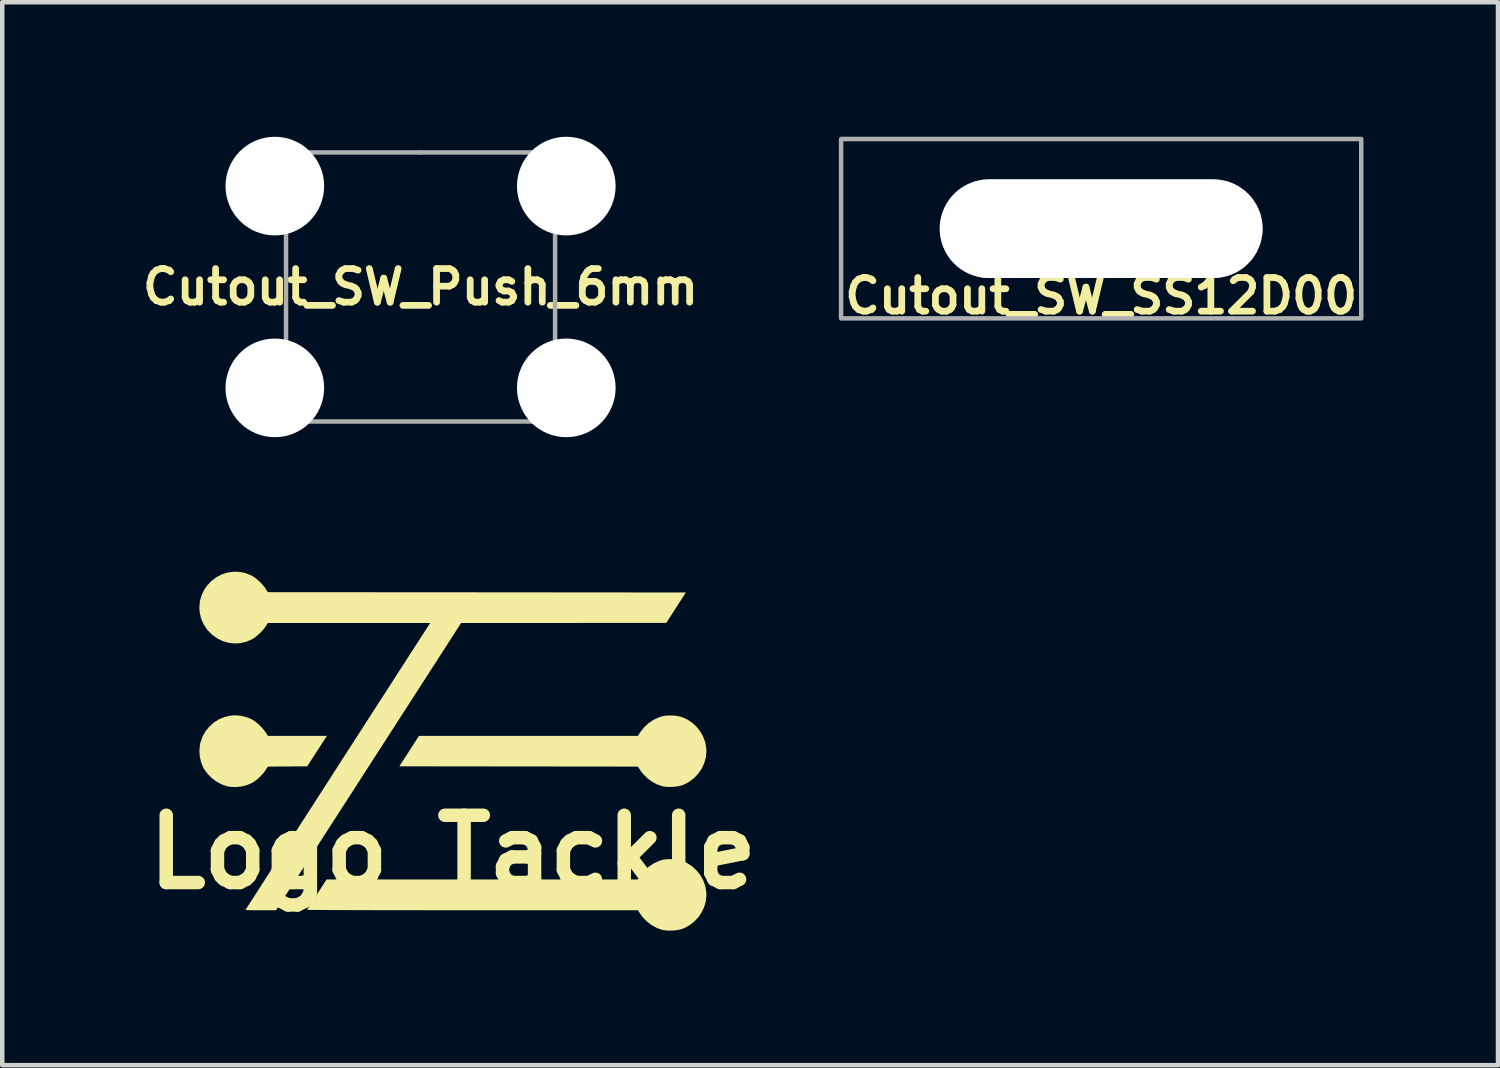
<source format=kicad_pcb>
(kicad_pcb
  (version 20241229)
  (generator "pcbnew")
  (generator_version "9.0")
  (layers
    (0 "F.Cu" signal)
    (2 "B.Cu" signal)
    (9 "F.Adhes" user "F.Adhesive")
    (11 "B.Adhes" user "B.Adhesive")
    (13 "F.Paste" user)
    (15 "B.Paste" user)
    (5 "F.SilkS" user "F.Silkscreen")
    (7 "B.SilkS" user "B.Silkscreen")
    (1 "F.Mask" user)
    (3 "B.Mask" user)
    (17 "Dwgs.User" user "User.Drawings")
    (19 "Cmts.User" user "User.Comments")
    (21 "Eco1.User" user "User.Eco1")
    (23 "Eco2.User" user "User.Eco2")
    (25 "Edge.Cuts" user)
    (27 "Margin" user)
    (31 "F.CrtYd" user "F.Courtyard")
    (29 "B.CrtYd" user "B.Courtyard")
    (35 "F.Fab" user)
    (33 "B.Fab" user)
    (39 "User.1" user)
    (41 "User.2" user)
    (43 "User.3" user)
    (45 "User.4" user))
  (footprint "Logo_Tackle"
    (layer "F.Cu")
    (at 7.05 13.703)
    (property "Reference" "Logo_Tackle" (at 0 2.25 0) (layer "F.SilkS") (effects (font (size 1.5 1.5) (thickness 0.3))))
    (attr board_only exclude_from_pos_files exclude_from_bom)
    (fp_poly (pts (xy 4.978 -0.79) (xy 5.073 -0.771) (xy 5.095 -0.765) (xy 5.22 -0.712) (xy 5.332 -0.639) (xy 5.432 -0.548) (xy 5.516 -0.442) (xy 5.582 -0.324) (xy 5.628 -0.198) (xy 5.651 -0.065) (xy 5.654 0) (xy 5.642 0.134) (xy 5.606 0.264) (xy 5.55 0.386) (xy 5.474 0.498) (xy 5.382 0.597) (xy 5.275 0.679) (xy 5.156 0.742) (xy 5.095 0.765) (xy 5.021 0.782) (xy 4.932 0.793) (xy 4.839 0.797) (xy 4.75 0.794) (xy 4.676 0.783) (xy 4.67 0.781) (xy 4.55 0.739) (xy 4.434 0.675) (xy 4.327 0.594) (xy 4.234 0.499) (xy 4.179 0.425) (xy 4.126 0.343) (xy 1.466 0.34) (xy -1.194 0.337) (xy -0.975 -0.003) (xy -0.756 -0.343) (xy 1.685 -0.343) (xy 4.126 -0.343) (xy 4.179 -0.425) (xy 4.262 -0.531) (xy 4.362 -0.624) (xy 4.476 -0.701) (xy 4.599 -0.758) (xy 4.682 -0.783) (xy 4.772 -0.796) (xy 4.874 -0.798)) (stroke (width 0) (type solid)) (fill yes) (layer "F.SilkS"))
    (fp_poly (pts (xy -4.743 -0.792) (xy -4.629 -0.767) (xy -4.522 -0.729) (xy -4.484 -0.71) (xy -4.412 -0.664) (xy -4.337 -0.603) (xy -4.265 -0.532) (xy -4.203 -0.459) (xy -4.179 -0.425) (xy -4.126 -0.343) (xy -3.468 -0.343) (xy -2.809 -0.343) (xy -3.029 -0.003) (xy -3.248 0.337) (xy -3.687 0.34) (xy -4.126 0.344) (xy -4.179 0.425) (xy -4.232 0.496) (xy -4.3 0.568) (xy -4.375 0.635) (xy -4.449 0.69) (xy -4.484 0.71) (xy -4.597 0.757) (xy -4.721 0.788) (xy -4.85 0.8) (xy -4.975 0.792) (xy -5.036 0.781) (xy -5.159 0.739) (xy -5.276 0.675) (xy -5.384 0.593) (xy -5.478 0.496) (xy -5.554 0.388) (xy -5.573 0.353) (xy -5.618 0.238) (xy -5.645 0.113) (xy -5.653 -0.018) (xy -5.64 -0.145) (xy -5.63 -0.194) (xy -5.584 -0.325) (xy -5.517 -0.445) (xy -5.431 -0.55) (xy -5.33 -0.64) (xy -5.216 -0.712) (xy -5.091 -0.763) (xy -4.957 -0.794) (xy -4.853 -0.801)) (stroke (width 0) (type solid)) (fill yes) (layer "F.SilkS"))
    (fp_poly (pts (xy 4.978 2.414) (xy 5.073 2.432) (xy 5.095 2.439) (xy 5.22 2.492) (xy 5.332 2.565) (xy 5.432 2.656) (xy 5.516 2.762) (xy 5.582 2.879) (xy 5.628 3.006) (xy 5.651 3.138) (xy 5.654 3.204) (xy 5.642 3.338) (xy 5.606 3.468) (xy 5.55 3.59) (xy 5.474 3.702) (xy 5.382 3.8) (xy 5.275 3.883) (xy 5.156 3.946) (xy 5.095 3.968) (xy 5.021 3.986) (xy 4.932 3.997) (xy 4.839 4.001) (xy 4.75 3.997) (xy 4.676 3.986) (xy 4.67 3.985) (xy 4.55 3.943) (xy 4.434 3.879) (xy 4.327 3.798) (xy 4.234 3.703) (xy 4.179 3.628) (xy 4.126 3.547) (xy 0.436 3.547) (xy 0.131 3.547) (xy -0.167 3.547) (xy -0.457 3.547) (xy -0.738 3.546) (xy -1.01 3.546) (xy -1.271 3.546) (xy -1.521 3.545) (xy -1.758 3.545) (xy -1.981 3.544) (xy -2.189 3.544) (xy -2.382 3.543) (xy -2.559 3.542) (xy -2.717 3.542) (xy -2.857 3.541) (xy -2.978 3.54) (xy -3.077 3.54) (xy -3.155 3.539) (xy -3.211 3.538) (xy -3.243 3.537) (xy -3.251 3.536) (xy -3.243 3.523) (xy -3.223 3.492) (xy -3.193 3.444) (xy -3.154 3.383) (xy -3.108 3.312) (xy -3.057 3.232) (xy -3.032 3.193) (xy -2.817 2.86) (xy 0.654 2.86) (xy 4.126 2.86) (xy 4.179 2.779) (xy 4.262 2.673) (xy 4.362 2.579) (xy 4.476 2.503) (xy 4.599 2.446) (xy 4.682 2.421) (xy 4.772 2.408) (xy 4.874 2.406)) (stroke (width 0) (type solid)) (fill yes) (layer "F.SilkS"))
    (fp_poly (pts (xy -4.763 -4) (xy -4.631 -3.974) (xy -4.504 -3.924) (xy -4.484 -3.914) (xy -4.412 -3.868) (xy -4.337 -3.806) (xy -4.265 -3.736) (xy -4.203 -3.663) (xy -4.179 -3.628) (xy -4.126 -3.547) (xy 0.535 -3.544) (xy 5.196 -3.54) (xy 4.977 -3.201) (xy 4.759 -2.861) (xy 2.471 -2.86) (xy 0.184 -2.86) (xy -1.88 0.343) (xy -3.945 3.547) (xy -4.285 3.547) (xy -4.375 3.547) (xy -4.456 3.546) (xy -4.525 3.545) (xy -4.578 3.543) (xy -4.613 3.541) (xy -4.625 3.539) (xy -4.625 3.539) (xy -4.618 3.528) (xy -4.598 3.497) (xy -4.566 3.446) (xy -4.522 3.377) (xy -4.466 3.291) (xy -4.4 3.188) (xy -4.324 3.07) (xy -4.239 2.937) (xy -4.145 2.791) (xy -4.043 2.632) (xy -3.934 2.462) (xy -3.818 2.282) (xy -3.696 2.092) (xy -3.568 1.894) (xy -3.436 1.688) (xy -3.299 1.476) (xy -3.159 1.258) (xy -3.016 1.036) (xy -2.871 0.811) (xy -2.724 0.583) (xy -2.577 0.353) (xy -2.429 0.123) (xy -2.281 -0.106) (xy -2.134 -0.334) (xy -1.989 -0.56) (xy -1.846 -0.782) (xy -1.706 -0.999) (xy -1.569 -1.211) (xy -1.436 -1.417) (xy -1.309 -1.615) (xy -1.187 -1.805) (xy -1.07 -1.985) (xy -0.961 -2.155) (xy -0.859 -2.313) (xy -0.765 -2.459) (xy -0.679 -2.591) (xy -0.603 -2.709) (xy -0.537 -2.812) (xy -0.524 -2.832) (xy -0.505 -2.86) (xy -2.316 -2.86) (xy -4.126 -2.86) (xy -4.179 -2.779) (xy -4.232 -2.708) (xy -4.3 -2.635) (xy -4.375 -2.569) (xy -4.449 -2.514) (xy -4.484 -2.494) (xy -4.61 -2.44) (xy -4.741 -2.41) (xy -4.873 -2.403) (xy -5.005 -2.419) (xy -5.133 -2.456) (xy -5.254 -2.515) (xy -5.366 -2.594) (xy -5.465 -2.693) (xy -5.481 -2.712) (xy -5.56 -2.831) (xy -5.616 -2.959) (xy -5.647 -3.094) (xy -5.654 -3.204) (xy -5.642 -3.344) (xy -5.605 -3.478) (xy -5.545 -3.603) (xy -5.482 -3.694) (xy -5.384 -3.797) (xy -5.274 -3.88) (xy -5.154 -3.943) (xy -5.027 -3.984) (xy -4.896 -4.003)) (stroke (width 0) (type solid)) (fill yes) (layer "F.SilkS")))
  (footprint "Cutout_SW_Push_6mm"
    (layer "F.Cu")
    (at 6.329 3.35)
    (property "Reference" "Cutout_SW_Push_6mm" (at 0 0 0) (layer "F.SilkS") (effects (font (size 0.75 0.75) (thickness 0.15))))
    (attr through_hole)
    (fp_line (start -3 -3) (end 0 -3) (stroke (width 0.1) (type solid)) (layer "F.Fab"))
    (fp_line (start -3 3) (end -3 -3) (stroke (width 0.1) (type solid)) (layer "F.Fab"))
    (fp_line (start 0 -3) (end 3 -3) (stroke (width 0.1) (type solid)) (layer "F.Fab"))
    (fp_line (start 3 -3) (end 3 3) (stroke (width 0.1) (type solid)) (layer "F.Fab"))
    (fp_line (start 3 3) (end -3 3) (stroke (width 0.1) (type solid)) (layer "F.Fab"))
    (pad "" np_thru_hole circle (at -3.25 -2.25) (size 2.2 2.2) (drill 2.2) (layers "*.Cu" "*.Mask"))
    (pad "" np_thru_hole circle (at -3.25 2.25) (size 2.2 2.2) (drill 2.2) (layers "*.Cu" "*.Mask"))
    (pad "" np_thru_hole circle (at 3.25 -2.25) (size 2.2 2.2) (drill 2.2) (layers "*.Cu" "*.Mask"))
    (pad "" np_thru_hole circle (at 3.25 2.25) (size 2.2 2.2) (drill 2.2) (layers "*.Cu" "*.Mask")))
  (footprint "Cutout_SW_SS12D00"
    (layer "F.Cu")
    (at 21.507 2.05)
    (property "Reference" "Cutout_SW_SS12D00" (at 0 1.5 180) (layer "F.SilkS") (effects (font (size 0.75 0.75) (thickness 0.15))))
    (attr through_hole)
    (fp_rect (start -5.8 -2) (end 5.8 2) (stroke (width 0.1) (type default)) (fill no) (layer "F.Fab"))
    (fp_rect (start -2.25 -1) (end -0.25 1) (stroke (width 0.1) (type default)) (fill no) (layer "F.Fab"))
    (fp_rect (start -2.25 -1) (end 2.25 1) (stroke (width 0.1) (type default)) (fill no) (layer "F.Fab"))
    (pad "" np_thru_hole roundrect (at 0 0) (size 7.2 2.2) (drill oval 7.2 2.2) (layers "*.Cu" "*.Mask") (roundrect_rratio 0.5)))
  (gr_rect
    (start -3 -3)
    (end 30.357 20.704)
    (stroke (width 0.1) (type default))
    (fill no)
    (layer "Edge.Cuts")))
</source>
